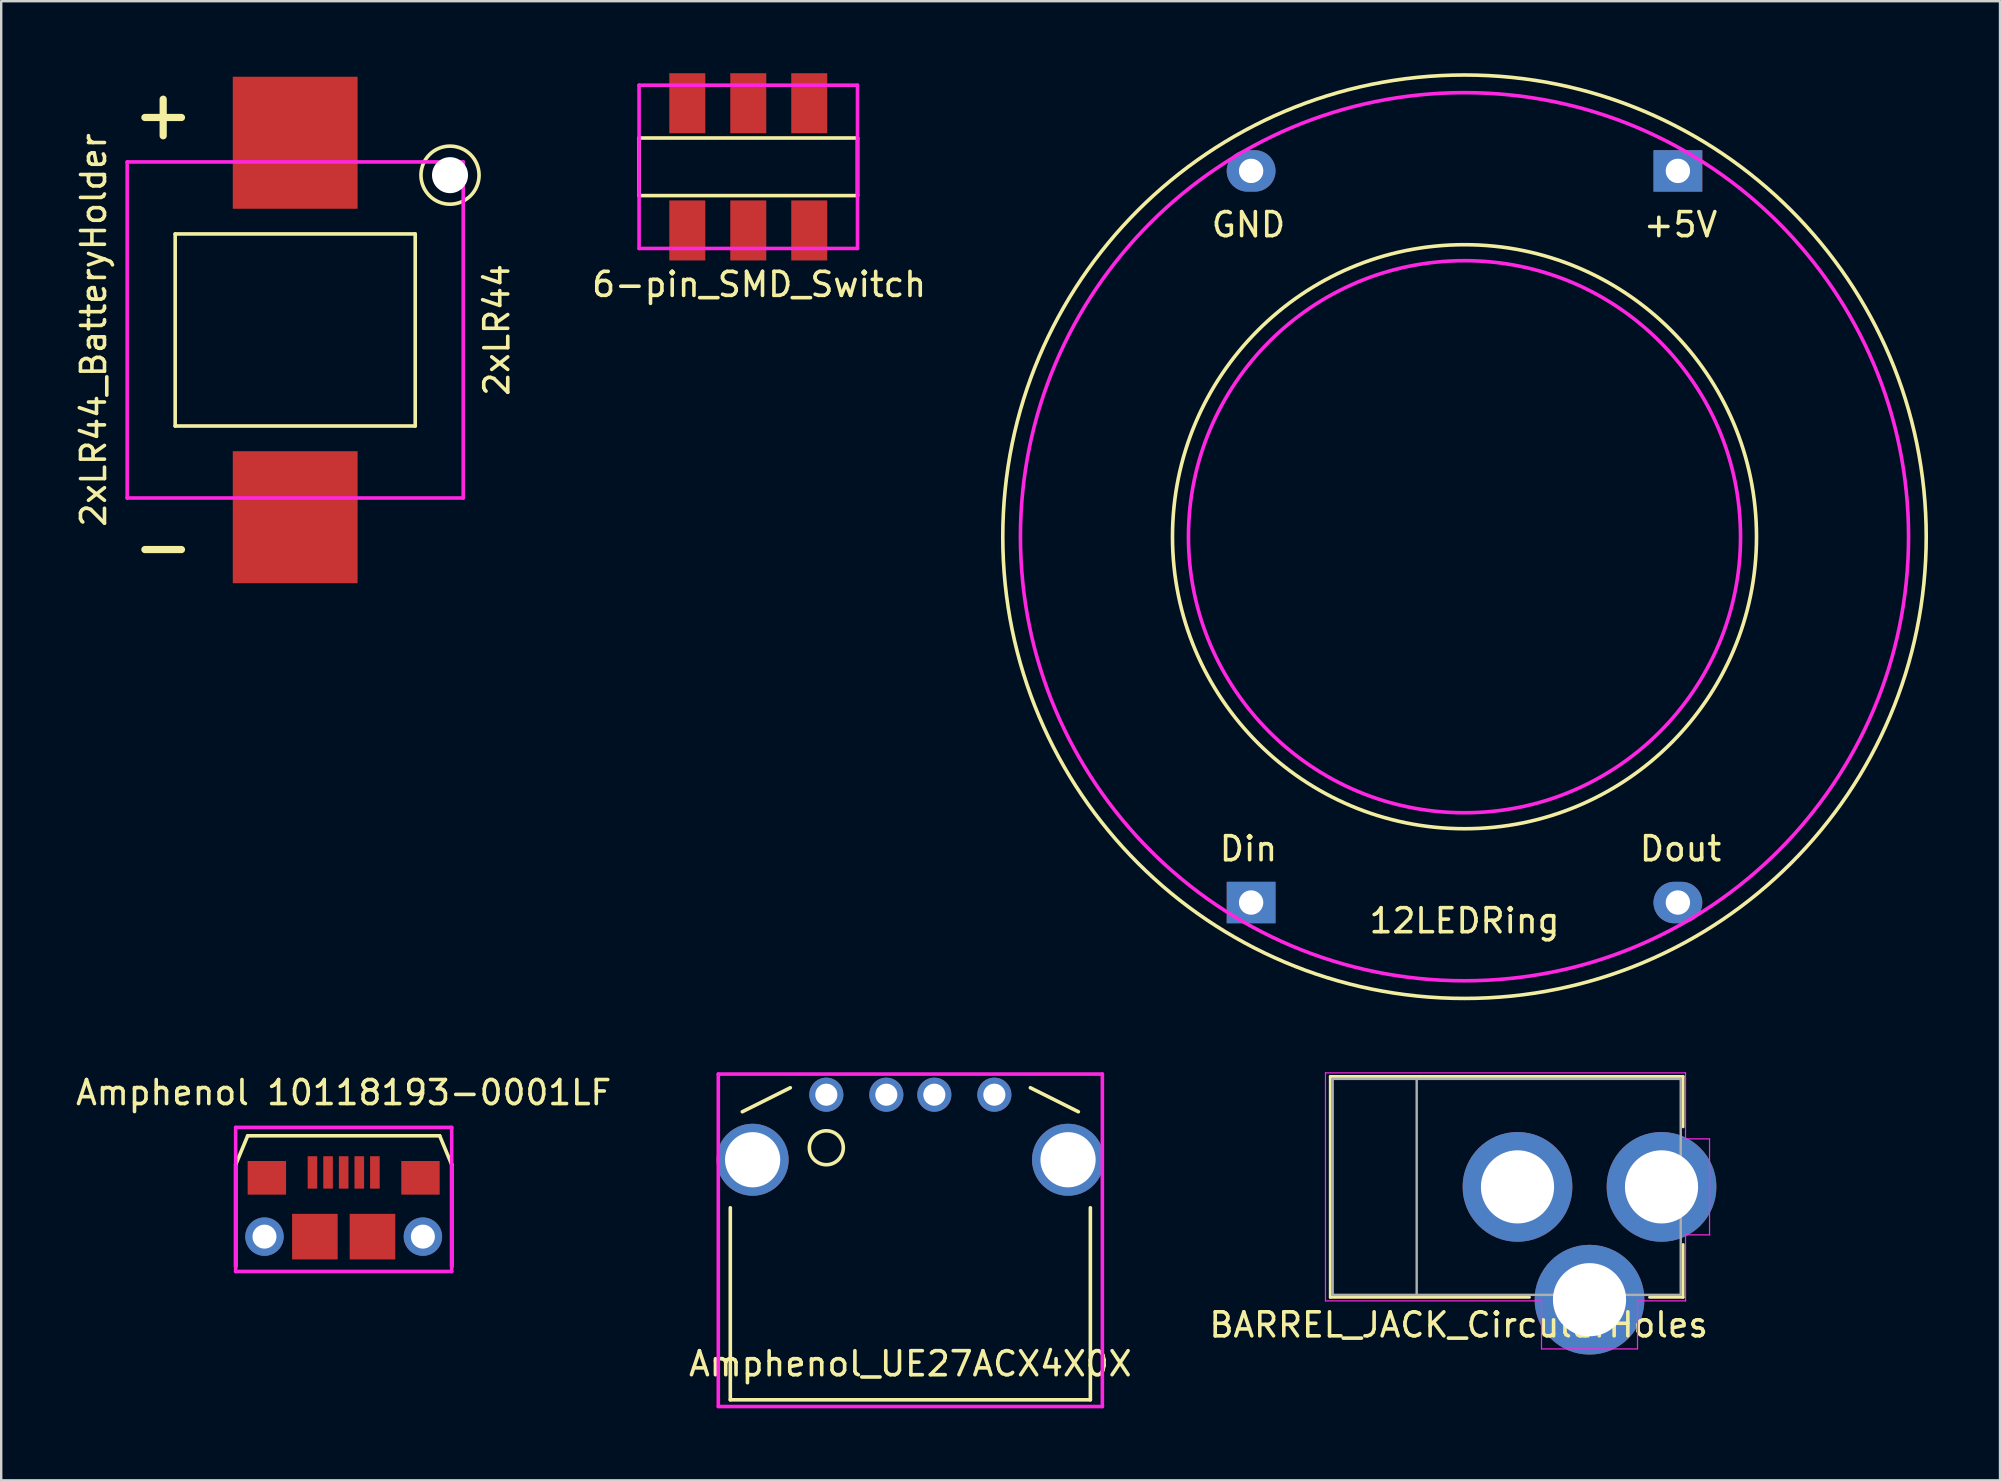
<source format=kicad_pcb>
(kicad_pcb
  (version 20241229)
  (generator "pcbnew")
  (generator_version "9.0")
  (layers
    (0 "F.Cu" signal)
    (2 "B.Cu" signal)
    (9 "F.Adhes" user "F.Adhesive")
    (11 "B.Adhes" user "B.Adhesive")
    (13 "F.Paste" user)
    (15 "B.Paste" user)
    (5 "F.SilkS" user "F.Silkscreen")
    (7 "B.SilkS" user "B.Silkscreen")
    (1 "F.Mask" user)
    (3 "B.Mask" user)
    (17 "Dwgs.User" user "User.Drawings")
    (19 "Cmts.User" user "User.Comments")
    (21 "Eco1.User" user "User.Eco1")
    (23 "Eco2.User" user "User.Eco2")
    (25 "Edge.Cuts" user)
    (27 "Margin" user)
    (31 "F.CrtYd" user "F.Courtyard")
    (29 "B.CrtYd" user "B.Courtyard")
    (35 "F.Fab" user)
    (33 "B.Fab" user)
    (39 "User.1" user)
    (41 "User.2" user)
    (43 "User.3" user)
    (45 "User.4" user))
  (footprint "Amphenol 10118193-0001LF"
    (layer "F.Cu")
    (at 11.268 48.469)
    (property "Reference" "Amphenol 10118193-0001LF" (at 0 -6 0) (layer "F.SilkS") (effects (font (size 1 1) (thickness 0.15))))
    (attr through_hole)
    (fp_line (start -4.5 -3) (end -4.5 1.25) (stroke (width 0.15) (type solid)) (layer "F.SilkS"))
    (fp_line (start -4 -4.2) (end -4.5 -3) (stroke (width 0.15) (type solid)) (layer "F.SilkS"))
    (fp_line (start -4 -4.2) (end 4 -4.2) (stroke (width 0.15) (type solid)) (layer "F.SilkS"))
    (fp_line (start 4 -4.2) (end 4.5 -3) (stroke (width 0.15) (type solid)) (layer "F.SilkS"))
    (fp_line (start 4.5 -3) (end 4.5 1.25) (stroke (width 0.15) (type solid)) (layer "F.SilkS"))
    (fp_line (start -4.5 -4.55) (end 4.5 -4.55) (stroke (width 0.15) (type solid)) (layer "F.CrtYd"))
    (fp_line (start -4.5 1.45) (end -4.5 -4.55) (stroke (width 0.15) (type solid)) (layer "F.CrtYd"))
    (fp_line (start -4.5 1.45) (end 4.5 1.45) (stroke (width 0.15) (type solid)) (layer "F.CrtYd"))
    (fp_line (start 4.5 1.45) (end 4.5 -4.55) (stroke (width 0.15) (type solid)) (layer "F.CrtYd"))
    (pad "1" smd rect (at -1.3 -2.675) (size 0.4 1.35) (layers "F.Cu" "F.Mask" "F.Paste"))
    (pad "2" smd rect (at -0.65 -2.675) (size 0.4 1.35) (layers "F.Cu" "F.Mask" "F.Paste"))
    (pad "3" smd rect (at 0 -2.675) (size 0.4 1.35) (layers "F.Cu" "F.Mask" "F.Paste"))
    (pad "4" smd rect (at 0.65 -2.675) (size 0.4 1.35) (layers "F.Cu" "F.Mask" "F.Paste"))
    (pad "5" smd rect (at 1.3 -2.675) (size 0.4 1.35) (layers "F.Cu" "F.Mask" "F.Paste"))
    (pad "6" thru_hole circle (at -3.3 0) (size 1.6 1.6) (drill 1) (layers "*.Cu" "*.Mask"))
    (pad "6" smd rect (at -3.2 -2.45) (size 1.6 1.4) (layers "F.Cu" "F.Mask" "F.Paste"))
    (pad "6" smd rect (at -1.2 0) (size 1.9 1.9) (layers "F.Cu" "F.Mask" "F.Paste"))
    (pad "6" smd rect (at 1.2 0) (size 1.9 1.9) (layers "F.Cu" "F.Mask" "F.Paste"))
    (pad "6" smd rect (at 3.2 -2.45) (size 1.6 1.4) (layers "F.Cu" "F.Mask" "F.Paste"))
    (pad "6" thru_hole circle (at 3.3 0) (size 1.6 1.6) (drill 1) (layers "*.Cu" "*.Mask")))
  (footprint "2xLR44_BatteryHolder"
    (layer "F.Cu")
    (at 9.248 10.697)
    (property "Reference" "2xLR44_BatteryHolder" (at -8.4 0 90) (layer "F.SilkS") (effects (font (size 1 1) (thickness 0.15))))
    (attr through_hole)
    (fp_line (start -5 -4) (end 5 -4) (stroke (width 0.15) (type solid)) (layer "F.SilkS"))
    (fp_line (start -5 4) (end -5 -4) (stroke (width 0.15) (type solid)) (layer "F.SilkS"))
    (fp_line (start 5 -4) (end 5 4) (stroke (width 0.15) (type solid)) (layer "F.SilkS"))
    (fp_line (start 5 4) (end -5 4) (stroke (width 0.15) (type solid)) (layer "F.SilkS"))
    (fp_circle (center 6.45 -6.45) (end 7.2 -5.5) (stroke (width 0.15) (type solid)) (fill no) (layer "F.SilkS"))
    (fp_line (start -7 -7) (end 7 -7) (stroke (width 0.15) (type solid)) (layer "F.CrtYd"))
    (fp_line (start -7 7) (end -7 -7) (stroke (width 0.15) (type solid)) (layer "F.CrtYd"))
    (fp_line (start 7 -7) (end 7 7) (stroke (width 0.15) (type solid)) (layer "F.CrtYd"))
    (fp_line (start 7 7) (end -7 7) (stroke (width 0.15) (type solid)) (layer "F.CrtYd"))
    (fp_text user "+" (at -5.5 -9 0) (layer "F.SilkS") (effects (font (size 2 2) (thickness 0.3))))
    (fp_text user "2xLR44" (at 8.4 0 90) (layer "F.SilkS") (effects (font (size 1 1) (thickness 0.15))))
    (fp_text user "-" (at -5.5 9 0) (layer "F.SilkS") (effects (font (size 2 2) (thickness 0.3))))
    (pad "" np_thru_hole circle (at 6.45 -6.45) (size 1.5 1.5) (drill 1.5) (layers "*.Cu" "*.Mask"))
    (pad "1" smd rect (at 0 -7.8) (size 5.2 5.5) (layers "F.Cu" "F.Mask" "F.Paste"))
    (pad "2" smd rect (at 0 7.8) (size 5.2 5.5) (layers "F.Cu" "F.Mask" "F.Paste")))
  (footprint "6-pin_SMD_Switch"
    (layer "F.Cu")
    (at 23.574 0.5)
    (property "Reference" "6-pin_SMD_Switch" (at 5 8.3 0) (layer "F.SilkS") (effects (font (size 1 1) (thickness 0.15))))
    (attr through_hole)
    (fp_line (start 0 2.2) (end 9.1 2.2) (stroke (width 0.15) (type solid)) (layer "F.SilkS"))
    (fp_line (start 0 4.6) (end 0 2.2) (stroke (width 0.15) (type solid)) (layer "F.SilkS"))
    (fp_line (start 9.1 2.2) (end 9.1 4.6) (stroke (width 0.15) (type solid)) (layer "F.SilkS"))
    (fp_line (start 9.1 4.6) (end 0 4.6) (stroke (width 0.15) (type solid)) (layer "F.SilkS"))
    (fp_line (start 0 0) (end 9.1 0) (stroke (width 0.15) (type solid)) (layer "F.CrtYd"))
    (fp_line (start 0 6.8) (end 0 0) (stroke (width 0.15) (type solid)) (layer "F.CrtYd"))
    (fp_line (start 9.1 0) (end 9.1 6.8) (stroke (width 0.15) (type solid)) (layer "F.CrtYd"))
    (fp_line (start 9.1 6.8) (end 0 6.8) (stroke (width 0.15) (type solid)) (layer "F.CrtYd"))
    (pad "1" smd rect (at 2.01 0.75) (size 1.5 2.5) (layers "F.Cu" "F.Mask" "F.Paste"))
    (pad "1" smd rect (at 2.01 6.05) (size 1.5 2.5) (layers "F.Cu" "F.Mask" "F.Paste"))
    (pad "2" smd rect (at 4.55 0.75) (size 1.5 2.5) (layers "F.Cu" "F.Mask" "F.Paste"))
    (pad "2" smd rect (at 4.55 6.05) (size 1.5 2.5) (layers "F.Cu" "F.Mask" "F.Paste"))
    (pad "3" smd rect (at 7.09 0.75) (size 1.5 2.5) (layers "F.Cu" "F.Mask" "F.Paste"))
    (pad "3" smd rect (at 7.09 6.05) (size 1.5 2.5) (layers "F.Cu" "F.Mask" "F.Paste")))
  (footprint "BARREL_JACK_CircularHoles"
    (layer "F.Cu")
    (at 66.17 46.396)
    (property "Reference" "BARREL_JACK_CircularHoles" (at -8.45 5.75 180) (layer "F.SilkS") (effects (font (size 1 1) (thickness 0.15))))
    (attr through_hole)
    (fp_line (start -13.8 -4.6) (end 0.9 -4.6) (stroke (width 0.12) (type solid)) (layer "F.SilkS"))
    (fp_line (start -13.8 4.6) (end -13.8 -4.6) (stroke (width 0.12) (type solid)) (layer "F.SilkS"))
    (fp_line (start -5.5 4.6) (end -13.8 4.6) (stroke (width 0.12) (type solid)) (layer "F.SilkS"))
    (fp_line (start 0.9 -4.6) (end 0.9 -2.5) (stroke (width 0.12) (type solid)) (layer "F.SilkS"))
    (fp_line (start 0.9 2.4) (end 0.9 4.6) (stroke (width 0.12) (type solid)) (layer "F.SilkS"))
    (fp_line (start 0.9 4.6) (end -0.5 4.6) (stroke (width 0.12) (type solid)) (layer "F.SilkS"))
    (fp_line (start -14 4.75) (end -14 -4.75) (stroke (width 0.05) (type solid)) (layer "F.CrtYd"))
    (fp_line (start -5 4.75) (end -14 4.75) (stroke (width 0.05) (type solid)) (layer "F.CrtYd"))
    (fp_line (start -5 6.75) (end -5 4.75) (stroke (width 0.05) (type solid)) (layer "F.CrtYd"))
    (fp_line (start -1 4.75) (end -1 6.75) (stroke (width 0.05) (type solid)) (layer "F.CrtYd"))
    (fp_line (start -1 6.75) (end -5 6.75) (stroke (width 0.05) (type solid)) (layer "F.CrtYd"))
    (fp_line (start 1 -4.75) (end -14 -4.75) (stroke (width 0.05) (type solid)) (layer "F.CrtYd"))
    (fp_line (start 1 -4.5) (end 1 -4.75) (stroke (width 0.05) (type solid)) (layer "F.CrtYd"))
    (fp_line (start 1 -4.5) (end 1 -2) (stroke (width 0.05) (type solid)) (layer "F.CrtYd"))
    (fp_line (start 1 -2) (end 2 -2) (stroke (width 0.05) (type solid)) (layer "F.CrtYd"))
    (fp_line (start 1 2) (end 1 4.75) (stroke (width 0.05) (type solid)) (layer "F.CrtYd"))
    (fp_line (start 1 4.75) (end -1 4.75) (stroke (width 0.05) (type solid)) (layer "F.CrtYd"))
    (fp_line (start 2 -2) (end 2 2) (stroke (width 0.05) (type solid)) (layer "F.CrtYd"))
    (fp_line (start 2 2) (end 1 2) (stroke (width 0.05) (type solid)) (layer "F.CrtYd"))
    (fp_line (start -13.7 -4.5) (end -13.7 4.5) (stroke (width 0.1) (type solid)) (layer "F.Fab"))
    (fp_line (start -13.7 4.5) (end 0.8 4.5) (stroke (width 0.1) (type solid)) (layer "F.Fab"))
    (fp_line (start -10.2 -4.5) (end -10.2 4.5) (stroke (width 0.1) (type solid)) (layer "F.Fab"))
    (fp_line (start 0.8 -4.5) (end -13.7 -4.5) (stroke (width 0.1) (type solid)) (layer "F.Fab"))
    (fp_line (start 0.8 4.5) (end 0.8 -4.5) (stroke (width 0.1) (type solid)) (layer "F.Fab"))
    (pad "1" thru_hole circle (at 0 0) (size 4.572 4.572) (drill 3.048) (layers "*.Cu" "*.Mask"))
    (pad "2" thru_hole circle (at -6 0) (size 4.572 4.572) (drill 3.048) (layers "*.Cu" "*.Mask"))
    (pad "3" thru_hole circle (at -3 4.7) (size 4.572 4.572) (drill 3.048) (layers "*.Cu" "*.Mask")))
  (footprint "12LEDRing"
    (layer "F.Cu")
    (at 57.962 19.31)
    (property "Reference" "12LEDRing" (at 0 16 0) (layer "F.SilkS") (effects (font (size 1 1) (thickness 0.15))))
    (attr through_hole)
    (fp_circle (center 0 0) (end 12 2) (stroke (width 0.15) (type solid)) (fill no) (layer "F.SilkS"))
    (fp_circle (center 0 0) (end 19 3) (stroke (width 0.15) (type solid)) (fill no) (layer "F.SilkS"))
    (fp_circle (center 0 0) (end 11.5 0) (stroke (width 0.15) (type solid)) (fill no) (layer "F.CrtYd"))
    (fp_circle (center 0 0) (end 18.5 0) (stroke (width 0.15) (type solid)) (fill no) (layer "F.CrtYd"))
    (fp_text user "+5V" (at 9 -13 0) (layer "F.SilkS") (effects (font (size 1 1) (thickness 0.15))))
    (fp_text user "GND" (at -9 -13 0) (layer "F.SilkS") (effects (font (size 1 1) (thickness 0.15))))
    (fp_text user "Din" (at -9 13 0) (layer "F.SilkS") (effects (font (size 1 1) (thickness 0.15))))
    (fp_text user "Dout" (at 9 13 0) (layer "F.SilkS") (effects (font (size 1 1) (thickness 0.15))))
    (pad "1" thru_hole oval (at -8.89 -15.24) (size 2.032 1.727) (drill 1.016) (layers "*.Cu" "*.Mask"))
    (pad "2" thru_hole rect (at 8.89 -15.24) (size 2.032 1.727) (drill 1.016) (layers "*.Cu" "*.Mask"))
    (pad "3" thru_hole oval (at 8.89 15.24) (size 2.032 1.727) (drill 1.016) (layers "*.Cu" "*.Mask"))
    (pad "4" thru_hole rect (at -8.89 15.24) (size 2.032 1.727) (drill 1.016) (layers "*.Cu" "*.Mask")))
  (footprint "Amphenol_UE27ACX4X0X"
    (layer "F.Cu")
    (at 34.875 45.266)
    (property "Reference" "Amphenol_UE27ACX4X0X" (at 0 8.5 0) (layer "F.SilkS") (effects (font (size 1 1) (thickness 0.15))))
    (attr through_hole)
    (fp_line (start -7.5 2) (end -7.5 10) (stroke (width 0.15) (type solid)) (layer "F.SilkS"))
    (fp_line (start -7.5 10) (end 7.5 10) (stroke (width 0.15) (type solid)) (layer "F.SilkS"))
    (fp_line (start -7 -2) (end -5 -3) (stroke (width 0.15) (type solid)) (layer "F.SilkS"))
    (fp_line (start 5 -3) (end 7 -2) (stroke (width 0.15) (type solid)) (layer "F.SilkS"))
    (fp_line (start 7.5 10) (end 7.5 2) (stroke (width 0.15) (type solid)) (layer "F.SilkS"))
    (fp_circle (center -3.5 -0.5) (end -3 0) (stroke (width 0.15) (type solid)) (fill no) (layer "F.SilkS"))
    (fp_line (start -8 -3.57) (end -8 10.28) (stroke (width 0.15) (type solid)) (layer "F.CrtYd"))
    (fp_line (start -8 -3.57) (end 8 -3.57) (stroke (width 0.15) (type solid)) (layer "F.CrtYd"))
    (fp_line (start -8 10.28) (end 8 10.28) (stroke (width 0.15) (type solid)) (layer "F.CrtYd"))
    (fp_line (start 8 -3.57) (end 8 10.28) (stroke (width 0.15) (type solid)) (layer "F.CrtYd"))
    (pad "1" thru_hole circle (at -3.5 -2.71) (size 1.42 1.42) (drill 0.92) (layers "*.Cu" "*.Mask"))
    (pad "2" thru_hole circle (at -1 -2.71) (size 1.42 1.42) (drill 0.92) (layers "*.Cu" "*.Mask"))
    (pad "3" thru_hole circle (at 1 -2.71) (size 1.42 1.42) (drill 0.92) (layers "*.Cu" "*.Mask"))
    (pad "4" thru_hole circle (at 3.5 -2.71) (size 1.42 1.42) (drill 0.92) (layers "*.Cu" "*.Mask"))
    (pad "5" thru_hole circle (at -6.57 0) (size 3 3) (drill 2.3) (layers "*.Cu" "*.Mask"))
    (pad "5" thru_hole circle (at 6.57 0) (size 3 3) (drill 2.3) (layers "*.Cu" "*.Mask")))
  (gr_rect
    (start -3 -3)
    (end 80.272 58.621)
    (stroke (width 0.1) (type default))
    (fill no)
    (layer "Edge.Cuts")))
</source>
